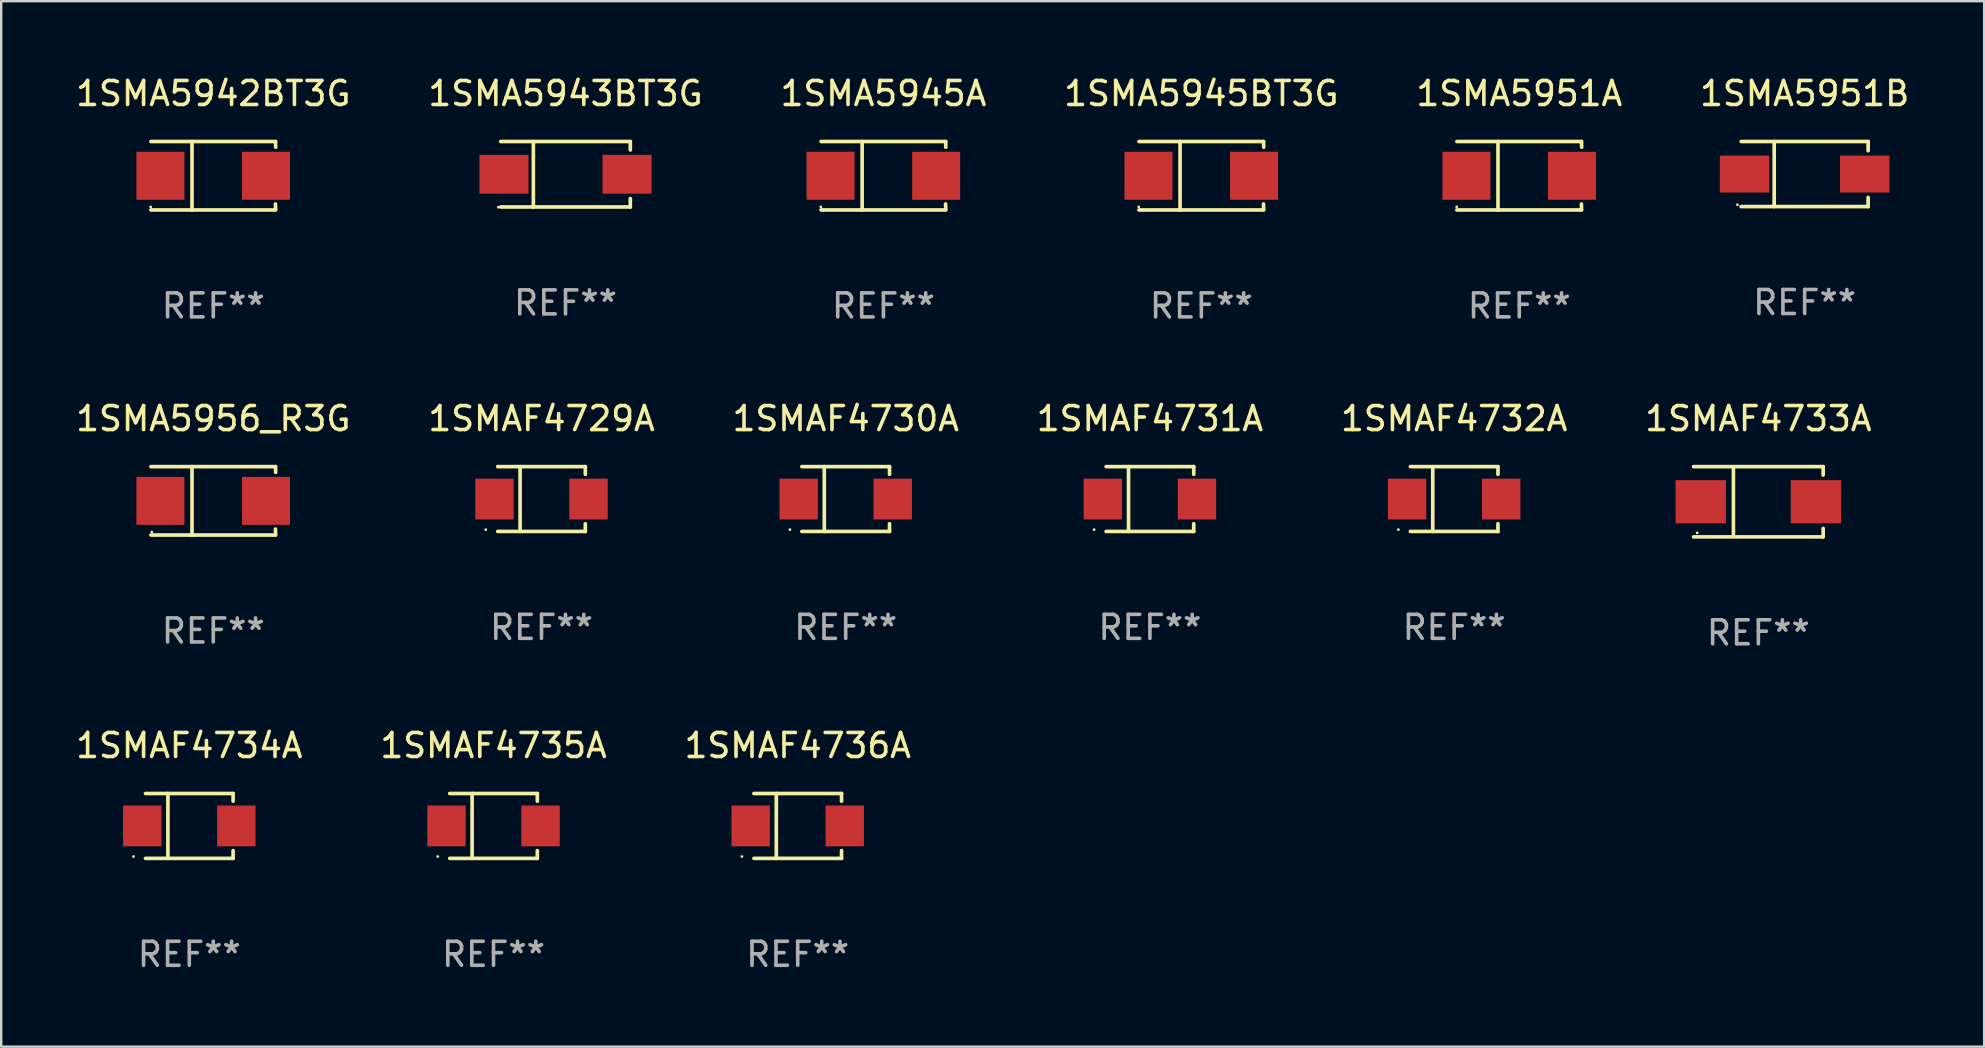
<source format=kicad_pcb>
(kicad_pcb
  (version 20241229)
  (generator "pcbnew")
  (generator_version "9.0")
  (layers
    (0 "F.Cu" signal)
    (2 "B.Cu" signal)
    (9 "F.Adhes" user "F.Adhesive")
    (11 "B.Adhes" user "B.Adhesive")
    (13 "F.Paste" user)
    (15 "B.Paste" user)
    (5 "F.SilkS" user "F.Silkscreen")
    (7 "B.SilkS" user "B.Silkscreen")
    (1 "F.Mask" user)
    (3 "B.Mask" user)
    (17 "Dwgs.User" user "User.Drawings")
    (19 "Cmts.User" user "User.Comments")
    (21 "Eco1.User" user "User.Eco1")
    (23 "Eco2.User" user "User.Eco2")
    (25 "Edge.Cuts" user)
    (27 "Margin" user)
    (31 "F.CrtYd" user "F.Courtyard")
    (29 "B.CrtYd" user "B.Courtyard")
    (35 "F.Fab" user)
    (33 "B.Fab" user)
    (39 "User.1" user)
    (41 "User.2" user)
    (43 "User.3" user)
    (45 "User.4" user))
  (footprint "1SMAF4736A"
    (layer "F.Cu")
    (at 30.196 31.372)
    (property "Reference" "1SMAF4736A" (at 0 -3.351 0) (layer "F.SilkS") (effects (font (size 1 1) (thickness 0.15))))
    (attr through_hole)
    (fp_line (start -1.826 -1.351) (end 1.826 -1.351) (stroke (width 0.152) (type solid)) (layer "F.SilkS"))
    (fp_line (start -1.826 1.351) (end 1.826 1.351) (stroke (width 0.152) (type solid)) (layer "F.SilkS"))
    (fp_line (start -0.892 -1.351) (end -0.892 1.351) (stroke (width 0.152) (type solid)) (layer "F.SilkS"))
    (fp_line (start 1.826 -1.351) (end 1.826 -1.03) (stroke (width 0.152) (type solid)) (layer "F.SilkS"))
    (fp_line (start 1.826 1.03) (end 1.826 1.351) (stroke (width 0.152) (type solid)) (layer "F.SilkS"))
    (fp_circle (center -2.325 1.275) (end -2.295 1.275) (stroke (width 0.06) (type solid)) (fill no) (layer "F.SilkS"))
    (fp_text user "REF**" (at 0 5.351 0) (layer "F.Fab") (effects (font (size 1 1) (thickness 0.15))))
    (pad "1" smd rect (at -1.96 0 180) (size 1.6 1.7) (layers "F.Cu" "F.Mask" "F.Paste"))
    (pad "2" smd rect (at 1.96 0 180) (size 1.6 1.7) (layers "F.Cu" "F.Mask" "F.Paste")))
  (footprint "1SMAF4735A"
    (layer "F.Cu")
    (at 17.518 31.372)
    (property "Reference" "1SMAF4735A" (at 0 -3.351 0) (layer "F.SilkS") (effects (font (size 1 1) (thickness 0.15))))
    (attr through_hole)
    (fp_line (start -1.826 -1.351) (end 1.826 -1.351) (stroke (width 0.152) (type solid)) (layer "F.SilkS"))
    (fp_line (start -1.826 1.351) (end 1.826 1.351) (stroke (width 0.152) (type solid)) (layer "F.SilkS"))
    (fp_line (start -0.892 -1.351) (end -0.892 1.351) (stroke (width 0.152) (type solid)) (layer "F.SilkS"))
    (fp_line (start 1.826 -1.351) (end 1.826 -1.03) (stroke (width 0.152) (type solid)) (layer "F.SilkS"))
    (fp_line (start 1.826 1.03) (end 1.826 1.351) (stroke (width 0.152) (type solid)) (layer "F.SilkS"))
    (fp_circle (center -2.325 1.275) (end -2.295 1.275) (stroke (width 0.06) (type solid)) (fill no) (layer "F.SilkS"))
    (fp_text user "REF**" (at 0 5.351 0) (layer "F.Fab") (effects (font (size 1 1) (thickness 0.15))))
    (pad "1" smd rect (at -1.96 0 180) (size 1.6 1.7) (layers "F.Cu" "F.Mask" "F.Paste"))
    (pad "2" smd rect (at 1.96 0 180) (size 1.6 1.7) (layers "F.Cu" "F.Mask" "F.Paste")))
  (footprint "1SMA5951A"
    (layer "F.Cu")
    (at 60.268 4.274)
    (property "Reference" "1SMA5951A" (at 0 -3.426 0) (layer "F.SilkS") (effects (font (size 1 1) (thickness 0.15))))
    (attr through_hole)
    (fp_line (start -2.6 -1.426) (end 2.593 -1.426) (stroke (width 0.152) (type solid)) (layer "F.SilkS"))
    (fp_line (start -2.6 1.426) (end 2.593 1.426) (stroke (width 0.152) (type solid)) (layer "F.SilkS"))
    (fp_line (start -0.887 -1.426) (end -0.887 1.426) (stroke (width 0.152) (type solid)) (layer "F.SilkS"))
    (fp_line (start 2.59 1.176) (end 2.597 1.415) (stroke (width 0.152) (type solid)) (layer "F.SilkS"))
    (fp_line (start 2.593 -1.426) (end 2.6 -1.187) (stroke (width 0.152) (type solid)) (layer "F.SilkS"))
    (fp_circle (center -2.608 1.3) (end -2.578 1.3) (stroke (width 0.06) (type solid)) (fill no) (layer "F.SilkS"))
    (fp_text user "REF**" (at 0 5.426 0) (layer "F.Fab") (effects (font (size 1 1) (thickness 0.15))))
    (pad "1" smd rect (at -2.203 0 180) (size 2 2) (layers "F.Cu" "F.Mask" "F.Paste"))
    (pad "2" smd rect (at 2.197 0 180) (size 2 2) (layers "F.Cu" "F.Mask" "F.Paste")))
  (footprint "1SMAF4730A"
    (layer "F.Cu")
    (at 32.196 17.748)
    (property "Reference" "1SMAF4730A" (at 0 -3.351 0) (layer "F.SilkS") (effects (font (size 1 1) (thickness 0.15))))
    (attr through_hole)
    (fp_line (start -1.826 -1.351) (end 1.826 -1.351) (stroke (width 0.152) (type solid)) (layer "F.SilkS"))
    (fp_line (start -1.826 1.351) (end 1.826 1.351) (stroke (width 0.152) (type solid)) (layer "F.SilkS"))
    (fp_line (start -0.892 -1.351) (end -0.892 1.351) (stroke (width 0.152) (type solid)) (layer "F.SilkS"))
    (fp_line (start 1.826 -1.351) (end 1.826 -1.03) (stroke (width 0.152) (type solid)) (layer "F.SilkS"))
    (fp_line (start 1.826 1.03) (end 1.826 1.351) (stroke (width 0.152) (type solid)) (layer "F.SilkS"))
    (fp_circle (center -2.325 1.275) (end -2.295 1.275) (stroke (width 0.06) (type solid)) (fill no) (layer "F.SilkS"))
    (fp_text user "REF**" (at 0 5.351 0) (layer "F.Fab") (effects (font (size 1 1) (thickness 0.15))))
    (pad "1" smd rect (at -1.96 0 180) (size 1.6 1.7) (layers "F.Cu" "F.Mask" "F.Paste"))
    (pad "2" smd rect (at 1.96 0 180) (size 1.6 1.7) (layers "F.Cu" "F.Mask" "F.Paste")))
  (footprint "1SMAF4733A"
    (layer "F.Cu")
    (at 70.232 17.861)
    (property "Reference" "1SMAF4733A" (at 0 -3.464 0) (layer "F.SilkS") (effects (font (size 1 1) (thickness 0.15))))
    (attr through_hole)
    (fp_line (start -2.701 -1.464) (end 2.701 -1.464) (stroke (width 0.152) (type solid)) (layer "F.SilkS"))
    (fp_line (start -2.701 1.464) (end 2.701 1.464) (stroke (width 0.152) (type solid)) (layer "F.SilkS"))
    (fp_line (start -1.039 -1.364) (end -1.039 1.364) (stroke (width 0.152) (type solid)) (layer "F.SilkS"))
    (fp_line (start 2.701 -1.464) (end 2.701 -1.113) (stroke (width 0.152) (type solid)) (layer "F.SilkS"))
    (fp_line (start 2.701 1.464) (end 2.701 1.113) (stroke (width 0.152) (type solid)) (layer "F.SilkS"))
    (fp_circle (center -2.55 1.3) (end -2.52 1.3) (stroke (width 0.06) (type solid)) (fill no) (layer "F.SilkS"))
    (fp_text user "REF**" (at 0 5.464 0) (layer "F.Fab") (effects (font (size 1 1) (thickness 0.15))))
    (pad "1" smd rect (at -2.4 0.000025) (size 2.1 1.8) (layers "F.Cu" "F.Mask" "F.Paste"))
    (pad "2" smd rect (at 2.4 0.000025) (size 2.1 1.8) (layers "F.Cu" "F.Mask" "F.Paste")))
  (footprint "1SMAF4731A"
    (layer "F.Cu")
    (at 44.875 17.748)
    (property "Reference" "1SMAF4731A" (at 0 -3.351 0) (layer "F.SilkS") (effects (font (size 1 1) (thickness 0.15))))
    (attr through_hole)
    (fp_line (start -1.826 -1.351) (end 1.826 -1.351) (stroke (width 0.152) (type solid)) (layer "F.SilkS"))
    (fp_line (start -1.826 1.351) (end 1.826 1.351) (stroke (width 0.152) (type solid)) (layer "F.SilkS"))
    (fp_line (start -0.892 -1.351) (end -0.892 1.351) (stroke (width 0.152) (type solid)) (layer "F.SilkS"))
    (fp_line (start 1.826 -1.351) (end 1.826 -1.03) (stroke (width 0.152) (type solid)) (layer "F.SilkS"))
    (fp_line (start 1.826 1.03) (end 1.826 1.351) (stroke (width 0.152) (type solid)) (layer "F.SilkS"))
    (fp_circle (center -2.325 1.275) (end -2.295 1.275) (stroke (width 0.06) (type solid)) (fill no) (layer "F.SilkS"))
    (fp_text user "REF**" (at 0 5.351 0) (layer "F.Fab") (effects (font (size 1 1) (thickness 0.15))))
    (pad "1" smd rect (at -1.96 0 180) (size 1.6 1.7) (layers "F.Cu" "F.Mask" "F.Paste"))
    (pad "2" smd rect (at 1.96 0 180) (size 1.6 1.7) (layers "F.Cu" "F.Mask" "F.Paste")))
  (footprint "1SMAF4734A"
    (layer "F.Cu")
    (at 4.839 31.372)
    (property "Reference" "1SMAF4734A" (at 0 -3.351 0) (layer "F.SilkS") (effects (font (size 1 1) (thickness 0.15))))
    (attr through_hole)
    (fp_line (start -1.826 -1.351) (end 1.826 -1.351) (stroke (width 0.152) (type solid)) (layer "F.SilkS"))
    (fp_line (start -1.826 1.351) (end 1.826 1.351) (stroke (width 0.152) (type solid)) (layer "F.SilkS"))
    (fp_line (start -0.892 -1.351) (end -0.892 1.351) (stroke (width 0.152) (type solid)) (layer "F.SilkS"))
    (fp_line (start 1.826 -1.351) (end 1.826 -1.03) (stroke (width 0.152) (type solid)) (layer "F.SilkS"))
    (fp_line (start 1.826 1.03) (end 1.826 1.351) (stroke (width 0.152) (type solid)) (layer "F.SilkS"))
    (fp_circle (center -2.325 1.275) (end -2.295 1.275) (stroke (width 0.06) (type solid)) (fill no) (layer "F.SilkS"))
    (fp_text user "REF**" (at 0 5.351 0) (layer "F.Fab") (effects (font (size 1 1) (thickness 0.15))))
    (pad "1" smd rect (at -1.96 0 180) (size 1.6 1.7) (layers "F.Cu" "F.Mask" "F.Paste"))
    (pad "2" smd rect (at 1.96 0 180) (size 1.6 1.7) (layers "F.Cu" "F.Mask" "F.Paste")))
  (footprint "1SMAF4732A"
    (layer "F.Cu")
    (at 57.554 17.748)
    (property "Reference" "1SMAF4732A" (at 0 -3.351 0) (layer "F.SilkS") (effects (font (size 1 1) (thickness 0.15))))
    (attr through_hole)
    (fp_line (start -1.826 -1.351) (end 1.826 -1.351) (stroke (width 0.152) (type solid)) (layer "F.SilkS"))
    (fp_line (start -1.826 1.351) (end 1.826 1.351) (stroke (width 0.152) (type solid)) (layer "F.SilkS"))
    (fp_line (start -0.892 -1.351) (end -0.892 1.351) (stroke (width 0.152) (type solid)) (layer "F.SilkS"))
    (fp_line (start 1.826 -1.351) (end 1.826 -1.03) (stroke (width 0.152) (type solid)) (layer "F.SilkS"))
    (fp_line (start 1.826 1.03) (end 1.826 1.351) (stroke (width 0.152) (type solid)) (layer "F.SilkS"))
    (fp_circle (center -2.325 1.275) (end -2.295 1.275) (stroke (width 0.06) (type solid)) (fill no) (layer "F.SilkS"))
    (fp_text user "REF**" (at 0 5.351 0) (layer "F.Fab") (effects (font (size 1 1) (thickness 0.15))))
    (pad "1" smd rect (at -1.96 0 180) (size 1.6 1.7) (layers "F.Cu" "F.Mask" "F.Paste"))
    (pad "2" smd rect (at 1.96 0 180) (size 1.6 1.7) (layers "F.Cu" "F.Mask" "F.Paste")))
  (footprint "1SMA5951B"
    (layer "F.Cu")
    (at 72.161 4.204)
    (property "Reference" "1SMA5951B" (at 0 -3.356 0) (layer "F.SilkS") (effects (font (size 1 1) (thickness 0.15))))
    (attr through_hole)
    (fp_line (start -2.646 -1.356) (end 2.646 -1.356) (stroke (width 0.152) (type solid)) (layer "F.SilkS"))
    (fp_line (start -2.646 1.356) (end 2.646 1.356) (stroke (width 0.152) (type solid)) (layer "F.SilkS"))
    (fp_line (start -1.269 -1.356) (end -1.269 1.356) (stroke (width 0.152) (type solid)) (layer "F.SilkS"))
    (fp_line (start 2.646 -1.356) (end 2.646 -0.973) (stroke (width 0.152) (type solid)) (layer "F.SilkS"))
    (fp_line (start 2.646 1.356) (end 2.646 0.973) (stroke (width 0.152) (type solid)) (layer "F.SilkS"))
    (fp_circle (center -2.8 1.28) (end -2.77 1.28) (stroke (width 0.06) (type solid)) (fill no) (layer "F.SilkS"))
    (fp_text user "REF**" (at 0 5.356 0) (layer "F.Fab") (effects (font (size 1 1) (thickness 0.15))))
    (pad "1" smd rect (at 2.504 0) (size 2.063 1.539) (layers "F.Cu" "F.Mask" "F.Paste"))
    (pad "2" smd rect (at -2.504 0) (size 2.063 1.539) (layers "F.Cu" "F.Mask" "F.Paste")))
  (footprint "1SMA5942BT3G"
    (layer "F.Cu")
    (at 5.839 4.274)
    (property "Reference" "1SMA5942BT3G" (at 0 -3.426 0) (layer "F.SilkS") (effects (font (size 1 1) (thickness 0.15))))
    (attr through_hole)
    (fp_line (start -2.6 -1.426) (end 2.593 -1.426) (stroke (width 0.152) (type solid)) (layer "F.SilkS"))
    (fp_line (start -2.6 1.426) (end 2.593 1.426) (stroke (width 0.152) (type solid)) (layer "F.SilkS"))
    (fp_line (start -0.887 -1.426) (end -0.887 1.426) (stroke (width 0.152) (type solid)) (layer "F.SilkS"))
    (fp_line (start 2.59 1.176) (end 2.597 1.415) (stroke (width 0.152) (type solid)) (layer "F.SilkS"))
    (fp_line (start 2.593 -1.426) (end 2.6 -1.187) (stroke (width 0.152) (type solid)) (layer "F.SilkS"))
    (fp_circle (center -2.608 1.3) (end -2.578 1.3) (stroke (width 0.06) (type solid)) (fill no) (layer "F.SilkS"))
    (fp_text user "REF**" (at 0 5.426 0) (layer "F.Fab") (effects (font (size 1 1) (thickness 0.15))))
    (pad "1" smd rect (at -2.203 0 180) (size 2 2) (layers "F.Cu" "F.Mask" "F.Paste"))
    (pad "2" smd rect (at 2.197 0 180) (size 2 2) (layers "F.Cu" "F.Mask" "F.Paste")))
  (footprint "1SMA5945A"
    (layer "F.Cu")
    (at 33.768 4.274)
    (property "Reference" "1SMA5945A" (at 0 -3.426 0) (layer "F.SilkS") (effects (font (size 1 1) (thickness 0.15))))
    (attr through_hole)
    (fp_line (start -2.6 -1.426) (end 2.593 -1.426) (stroke (width 0.152) (type solid)) (layer "F.SilkS"))
    (fp_line (start -2.6 1.426) (end 2.593 1.426) (stroke (width 0.152) (type solid)) (layer "F.SilkS"))
    (fp_line (start -0.887 -1.426) (end -0.887 1.426) (stroke (width 0.152) (type solid)) (layer "F.SilkS"))
    (fp_line (start 2.59 1.176) (end 2.597 1.415) (stroke (width 0.152) (type solid)) (layer "F.SilkS"))
    (fp_line (start 2.593 -1.426) (end 2.6 -1.187) (stroke (width 0.152) (type solid)) (layer "F.SilkS"))
    (fp_circle (center -2.608 1.3) (end -2.578 1.3) (stroke (width 0.06) (type solid)) (fill no) (layer "F.SilkS"))
    (fp_text user "REF**" (at 0 5.426 0) (layer "F.Fab") (effects (font (size 1 1) (thickness 0.15))))
    (pad "1" smd rect (at -2.203 0 180) (size 2 2) (layers "F.Cu" "F.Mask" "F.Paste"))
    (pad "2" smd rect (at 2.197 0 180) (size 2 2) (layers "F.Cu" "F.Mask" "F.Paste")))
  (footprint "1SMA5943BT3G"
    (layer "F.Cu")
    (at 20.518 4.212)
    (property "Reference" "1SMA5943BT3G" (at 0 -3.364 0) (layer "F.SilkS") (effects (font (size 1 1) (thickness 0.15))))
    (attr through_hole)
    (fp_line (start -2.701 -1.364) (end 2.701 -1.364) (stroke (width 0.152) (type solid)) (layer "F.SilkS"))
    (fp_line (start -2.701 1.364) (end 2.701 1.364) (stroke (width 0.152) (type solid)) (layer "F.SilkS"))
    (fp_line (start -1.339 -1.364) (end -1.339 1.364) (stroke (width 0.152) (type solid)) (layer "F.SilkS"))
    (fp_line (start 2.701 -1.364) (end 2.701 -1.013) (stroke (width 0.152) (type solid)) (layer "F.SilkS"))
    (fp_line (start 2.701 1.364) (end 2.701 1.013) (stroke (width 0.152) (type solid)) (layer "F.SilkS"))
    (fp_circle (center -2.8 1.375) (end -2.77 1.375) (stroke (width 0.06) (type solid)) (fill no) (layer "F.SilkS"))
    (fp_text user "REF**" (at 0 5.364 0) (layer "F.Fab") (effects (font (size 1 1) (thickness 0.15))))
    (pad "1" smd rect (at -2.565 -0.000025) (size 2.046 1.62) (layers "F.Cu" "F.Mask" "F.Paste"))
    (pad "2" smd rect (at 2.565 -0.000025) (size 2.046 1.62) (layers "F.Cu" "F.Mask" "F.Paste")))
  (footprint "1SMA5956_R3G"
    (layer "F.Cu")
    (at 5.839 17.823)
    (property "Reference" "1SMA5956_R3G" (at 0 -3.426 0) (layer "F.SilkS") (effects (font (size 1 1) (thickness 0.15))))
    (attr through_hole)
    (fp_line (start -2.6 -1.426) (end 2.593 -1.426) (stroke (width 0.152) (type solid)) (layer "F.SilkS"))
    (fp_line (start -2.6 1.426) (end 2.593 1.426) (stroke (width 0.152) (type solid)) (layer "F.SilkS"))
    (fp_line (start -0.887 -1.426) (end -0.887 1.426) (stroke (width 0.152) (type solid)) (layer "F.SilkS"))
    (fp_line (start 2.59 1.176) (end 2.597 1.415) (stroke (width 0.152) (type solid)) (layer "F.SilkS"))
    (fp_line (start 2.593 -1.426) (end 2.6 -1.187) (stroke (width 0.152) (type solid)) (layer "F.SilkS"))
    (fp_circle (center -2.563 1.3) (end -2.533 1.3) (stroke (width 0.06) (type solid)) (fill no) (layer "F.SilkS"))
    (fp_text user "REF**" (at 0 5.426 0) (layer "F.Fab") (effects (font (size 1 1) (thickness 0.15))))
    (pad "1" smd rect (at -2.203 -0.000025 180) (size 2 2) (layers "F.Cu" "F.Mask" "F.Paste"))
    (pad "2" smd rect (at 2.197 -0.000025 180) (size 2 2) (layers "F.Cu" "F.Mask" "F.Paste")))
  (footprint "1SMA5945BT3G"
    (layer "F.Cu")
    (at 47.018 4.274)
    (property "Reference" "1SMA5945BT3G" (at 0 -3.426 0) (layer "F.SilkS") (effects (font (size 1 1) (thickness 0.15))))
    (attr through_hole)
    (fp_line (start -2.6 -1.426) (end 2.593 -1.426) (stroke (width 0.152) (type solid)) (layer "F.SilkS"))
    (fp_line (start -2.6 1.426) (end 2.593 1.426) (stroke (width 0.152) (type solid)) (layer "F.SilkS"))
    (fp_line (start -0.887 -1.426) (end -0.887 1.426) (stroke (width 0.152) (type solid)) (layer "F.SilkS"))
    (fp_line (start 2.59 1.176) (end 2.597 1.415) (stroke (width 0.152) (type solid)) (layer "F.SilkS"))
    (fp_line (start 2.593 -1.426) (end 2.6 -1.187) (stroke (width 0.152) (type solid)) (layer "F.SilkS"))
    (fp_circle (center -2.608 1.3) (end -2.578 1.3) (stroke (width 0.06) (type solid)) (fill no) (layer "F.SilkS"))
    (fp_text user "REF**" (at 0 5.426 0) (layer "F.Fab") (effects (font (size 1 1) (thickness 0.15))))
    (pad "1" smd rect (at -2.203 0 180) (size 2 2) (layers "F.Cu" "F.Mask" "F.Paste"))
    (pad "2" smd rect (at 2.197 0 180) (size 2 2) (layers "F.Cu" "F.Mask" "F.Paste")))
  (footprint "1SMAF4729A"
    (layer "F.Cu")
    (at 19.518 17.748)
    (property "Reference" "1SMAF4729A" (at 0 -3.351 0) (layer "F.SilkS") (effects (font (size 1 1) (thickness 0.15))))
    (attr through_hole)
    (fp_line (start -1.826 -1.351) (end 1.826 -1.351) (stroke (width 0.152) (type solid)) (layer "F.SilkS"))
    (fp_line (start -1.826 1.351) (end 1.826 1.351) (stroke (width 0.152) (type solid)) (layer "F.SilkS"))
    (fp_line (start -0.892 -1.351) (end -0.892 1.351) (stroke (width 0.152) (type solid)) (layer "F.SilkS"))
    (fp_line (start 1.826 -1.351) (end 1.826 -1.03) (stroke (width 0.152) (type solid)) (layer "F.SilkS"))
    (fp_line (start 1.826 1.03) (end 1.826 1.351) (stroke (width 0.152) (type solid)) (layer "F.SilkS"))
    (fp_circle (center -2.325 1.275) (end -2.295 1.275) (stroke (width 0.06) (type solid)) (fill no) (layer "F.SilkS"))
    (fp_text user "REF**" (at 0 5.351 0) (layer "F.Fab") (effects (font (size 1 1) (thickness 0.15))))
    (pad "1" smd rect (at -1.96 0 180) (size 1.6 1.7) (layers "F.Cu" "F.Mask" "F.Paste"))
    (pad "2" smd rect (at 1.96 0 180) (size 1.6 1.7) (layers "F.Cu" "F.Mask" "F.Paste")))
  (gr_rect
    (start -3 -3)
    (end 79.643 40.572)
    (stroke (width 0.1) (type default))
    (fill no)
    (layer "Edge.Cuts")))
</source>
